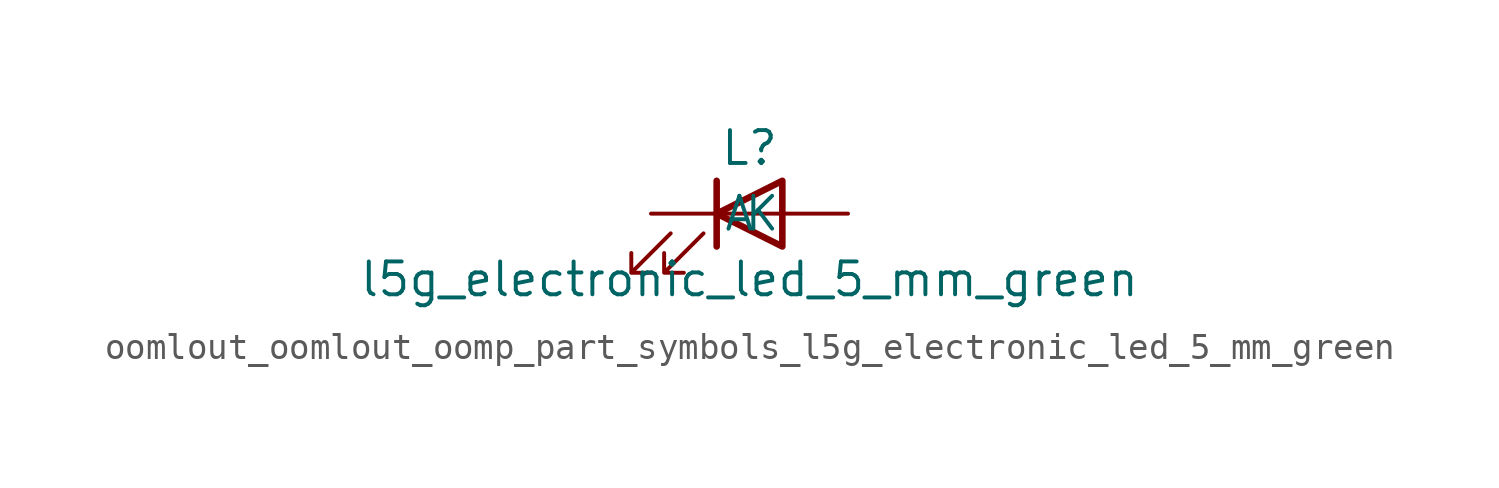
<source format=kicad_sym>
(kicad_symbol_lib
  (version 20220914)
  (generator kicad_symbol_editor)
  (symbol "oomlout_oomlout_oomp_part_symbols_l5g_electronic_led_5_mm_green"
    (pin_numbers hide)
    (pin_names
      (offset 1.016))
    (property "Reference" "L"
      (at 0 2.54 0)
      (effects (font (size 1.27 1.27))))
    (property "Value" "l5g_electronic_led_5_mm_green"
      (at 0 -2.54 0)
      (effects (font (size 1.27 1.27))))
    (symbol "oomlout_oomlout_oomp_part_symbols_l5g_electronic_led_5_mm_green_0_1"
      (polyline (pts (xy -1.27 -1.27) (xy -1.27 1.27)) (stroke (width 0.254) (type default)) (fill (type none)))
      (polyline (pts (xy -1.27 0) (xy 1.27 0)) (stroke (width 0) (type default)) (fill (type none)))
      (polyline (pts (xy 1.27 -1.27) (xy 1.27 1.27) (xy -1.27 0) (xy 1.27 -1.27)) (stroke (width 0.254) (type default)) (fill (type none)))
      (polyline (pts (xy -3.048 -0.762) (xy -4.572 -2.286) (xy -3.81 -2.286) (xy -4.572 -2.286) (xy -4.572 -1.524)) (stroke (width 0) (type default)) (fill (type none)))
      (polyline (pts (xy -1.778 -0.762) (xy -3.302 -2.286) (xy -2.54 -2.286) (xy -3.302 -2.286) (xy -3.302 -1.524)) (stroke (width 0) (type default)) (fill (type none))))
    (symbol "oomlout_oomlout_oomp_part_symbols_l5g_electronic_led_5_mm_green_1_1"
      (pin passive line (at -3.81 0 0) (length 2.54) (name "K" (effects (font (size 1.27 1.27)))) (number "1" (effects (font (size 1.27 1.27)))))
      (pin passive line (at 3.81 0 180) (length 2.54) (name "A" (effects (font (size 1.27 1.27)))) (number "2" (effects (font (size 1.27 1.27))))))))
</source>
